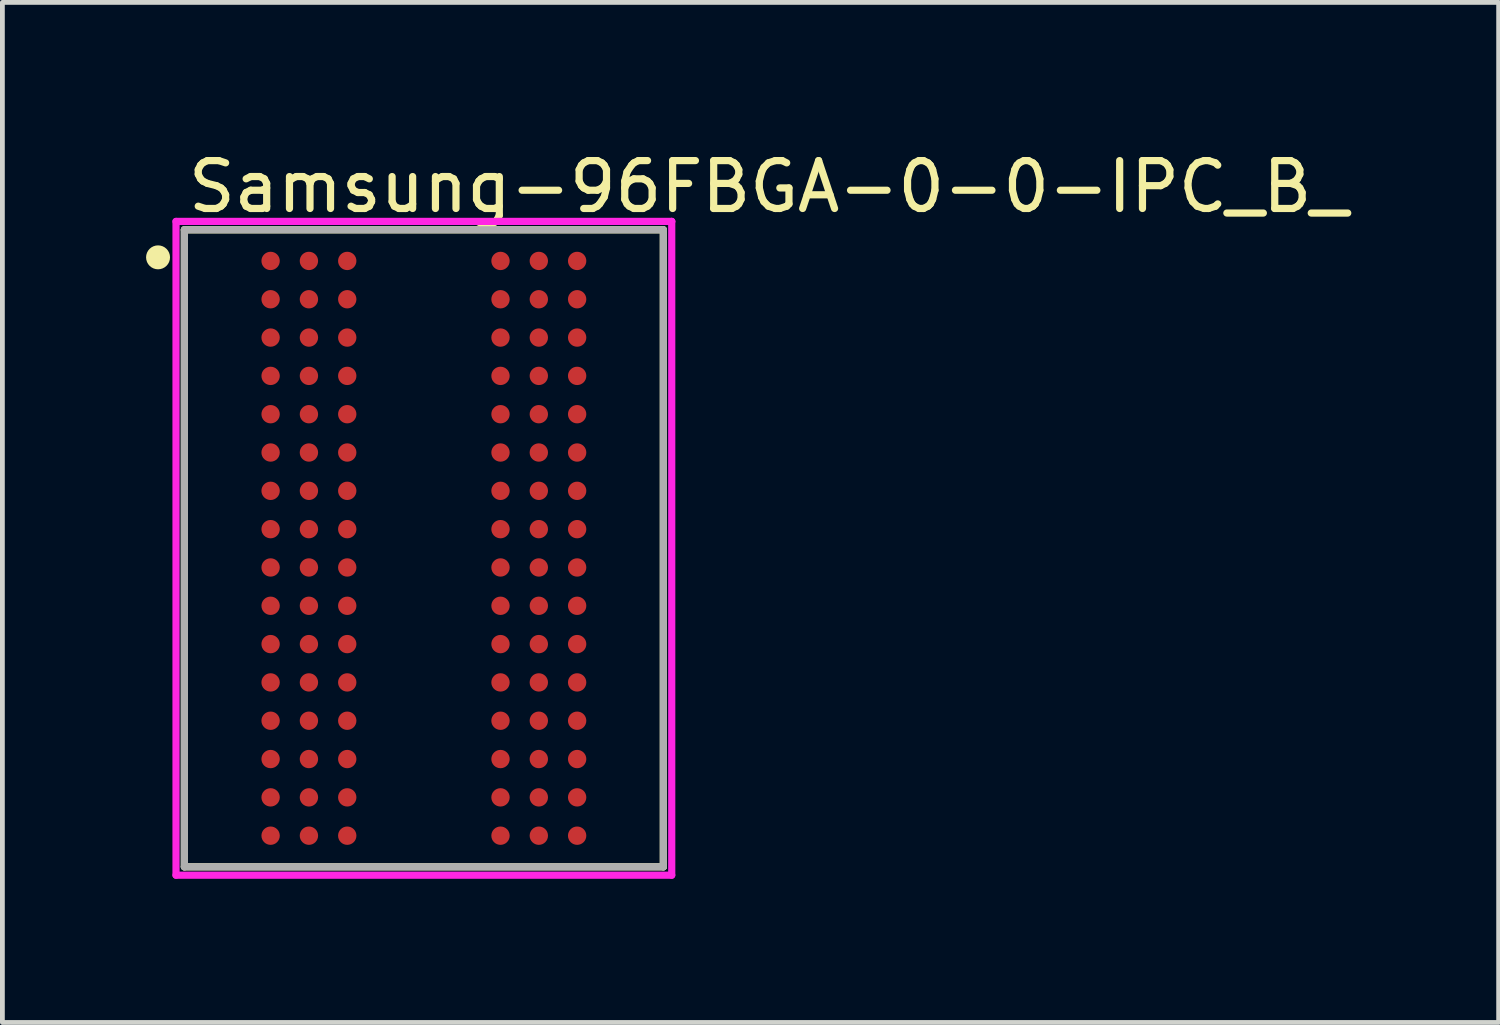
<source format=kicad_pcb>
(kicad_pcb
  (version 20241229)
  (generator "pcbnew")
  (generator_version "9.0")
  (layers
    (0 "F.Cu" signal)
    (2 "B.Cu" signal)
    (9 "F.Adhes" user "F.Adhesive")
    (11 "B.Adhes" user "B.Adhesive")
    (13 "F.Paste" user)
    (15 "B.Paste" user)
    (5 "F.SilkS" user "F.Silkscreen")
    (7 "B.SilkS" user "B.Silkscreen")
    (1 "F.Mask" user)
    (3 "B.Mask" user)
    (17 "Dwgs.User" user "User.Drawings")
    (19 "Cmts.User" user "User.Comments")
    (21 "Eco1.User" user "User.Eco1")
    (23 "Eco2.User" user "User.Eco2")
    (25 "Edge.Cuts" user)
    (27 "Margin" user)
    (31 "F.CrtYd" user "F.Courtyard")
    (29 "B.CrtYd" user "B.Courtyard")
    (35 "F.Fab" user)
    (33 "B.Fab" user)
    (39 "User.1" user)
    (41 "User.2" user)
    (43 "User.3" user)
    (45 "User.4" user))
  (footprint "Samsung-96FBGA-0-0-IPC_B_"
    (layer "F.Cu")
    (at 5.8 8.398)
    (property "Reference" "Samsung-96FBGA-0-0-IPC_B_" (at -5 -7.55 0) (layer "F.SilkS") (effects (font (size 1 1) (thickness 0.15)) (justify left)))
    (attr through_hole)
    (fp_line (start -5 -6.65) (end 5 -6.65) (stroke (width 0.15) (type solid)) (layer "F.SilkS"))
    (fp_line (start -5 6.65) (end -5 -6.65) (stroke (width 0.15) (type solid)) (layer "F.SilkS"))
    (fp_line (start 5 -6.65) (end 5 6.65) (stroke (width 0.15) (type solid)) (layer "F.SilkS"))
    (fp_line (start 5 6.65) (end -5 6.65) (stroke (width 0.15) (type solid)) (layer "F.SilkS"))
    (fp_circle (center -5.55 -6.075) (end -5.425 -6.075) (stroke (width 0.25) (type solid)) (fill no) (layer "F.SilkS"))
    (fp_line (start -5.175 -6.825) (end -5.175 6.825) (stroke (width 0.15) (type solid)) (layer "F.CrtYd"))
    (fp_line (start -5.175 6.825) (end 5.175 6.825) (stroke (width 0.15) (type solid)) (layer "F.CrtYd"))
    (fp_line (start 5.175 -6.825) (end -5.175 -6.825) (stroke (width 0.15) (type solid)) (layer "F.CrtYd"))
    (fp_line (start 5.175 -6.825) (end 5.175 -6.825) (stroke (width 0.15) (type solid)) (layer "F.CrtYd"))
    (fp_line (start 5.175 6.825) (end 5.175 -6.825) (stroke (width 0.15) (type solid)) (layer "F.CrtYd"))
    (fp_line (start -5 -6.65) (end 5 -6.65) (stroke (width 0.15) (type solid)) (layer "F.Fab"))
    (fp_line (start -5 6.65) (end -5 -6.65) (stroke (width 0.15) (type solid)) (layer "F.Fab"))
    (fp_line (start 5 -6.65) (end 5 6.65) (stroke (width 0.15) (type solid)) (layer "F.Fab"))
    (fp_line (start 5 6.65) (end -5 6.65) (stroke (width 0.15) (type solid)) (layer "F.Fab"))
    (pad "A1" smd circle (at -3.2 -6) (size 0.383 0.383) (layers "F.Cu" "F.Mask" "F.Paste"))
    (pad "A2" smd circle (at -2.4 -6) (size 0.383 0.383) (layers "F.Cu" "F.Mask" "F.Paste"))
    (pad "A3" smd circle (at -1.6 -6) (size 0.383 0.383) (layers "F.Cu" "F.Mask" "F.Paste"))
    (pad "A7" smd circle (at 1.6 -6) (size 0.383 0.383) (layers "F.Cu" "F.Mask" "F.Paste"))
    (pad "A8" smd circle (at 2.4 -6) (size 0.383 0.383) (layers "F.Cu" "F.Mask" "F.Paste"))
    (pad "A9" smd circle (at 3.2 -6) (size 0.383 0.383) (layers "F.Cu" "F.Mask" "F.Paste"))
    (pad "B1" smd circle (at -3.2 -5.2) (size 0.383 0.383) (layers "F.Cu" "F.Mask" "F.Paste"))
    (pad "B2" smd circle (at -2.4 -5.2) (size 0.383 0.383) (layers "F.Cu" "F.Mask" "F.Paste"))
    (pad "B3" smd circle (at -1.6 -5.2) (size 0.383 0.383) (layers "F.Cu" "F.Mask" "F.Paste"))
    (pad "B7" smd circle (at 1.6 -5.2) (size 0.383 0.383) (layers "F.Cu" "F.Mask" "F.Paste"))
    (pad "B8" smd circle (at 2.4 -5.2) (size 0.383 0.383) (layers "F.Cu" "F.Mask" "F.Paste"))
    (pad "B9" smd circle (at 3.2 -5.2) (size 0.383 0.383) (layers "F.Cu" "F.Mask" "F.Paste"))
    (pad "C1" smd circle (at -3.2 -4.4) (size 0.383 0.383) (layers "F.Cu" "F.Mask" "F.Paste"))
    (pad "C2" smd circle (at -2.4 -4.4) (size 0.383 0.383) (layers "F.Cu" "F.Mask" "F.Paste"))
    (pad "C3" smd circle (at -1.6 -4.4) (size 0.383 0.383) (layers "F.Cu" "F.Mask" "F.Paste"))
    (pad "C7" smd circle (at 1.6 -4.4) (size 0.383 0.383) (layers "F.Cu" "F.Mask" "F.Paste"))
    (pad "C8" smd circle (at 2.4 -4.4) (size 0.383 0.383) (layers "F.Cu" "F.Mask" "F.Paste"))
    (pad "C9" smd circle (at 3.2 -4.4) (size 0.383 0.383) (layers "F.Cu" "F.Mask" "F.Paste"))
    (pad "D1" smd circle (at -3.2 -3.6) (size 0.383 0.383) (layers "F.Cu" "F.Mask" "F.Paste"))
    (pad "D2" smd circle (at -2.4 -3.6) (size 0.383 0.383) (layers "F.Cu" "F.Mask" "F.Paste"))
    (pad "D3" smd circle (at -1.6 -3.6) (size 0.383 0.383) (layers "F.Cu" "F.Mask" "F.Paste"))
    (pad "D7" smd circle (at 1.6 -3.6) (size 0.383 0.383) (layers "F.Cu" "F.Mask" "F.Paste"))
    (pad "D8" smd circle (at 2.4 -3.6) (size 0.383 0.383) (layers "F.Cu" "F.Mask" "F.Paste"))
    (pad "D9" smd circle (at 3.2 -3.6) (size 0.383 0.383) (layers "F.Cu" "F.Mask" "F.Paste"))
    (pad "E1" smd circle (at -3.2 -2.8) (size 0.383 0.383) (layers "F.Cu" "F.Mask" "F.Paste"))
    (pad "E2" smd circle (at -2.4 -2.8) (size 0.383 0.383) (layers "F.Cu" "F.Mask" "F.Paste"))
    (pad "E3" smd circle (at -1.6 -2.8) (size 0.383 0.383) (layers "F.Cu" "F.Mask" "F.Paste"))
    (pad "E7" smd circle (at 1.6 -2.8) (size 0.383 0.383) (layers "F.Cu" "F.Mask" "F.Paste"))
    (pad "E8" smd circle (at 2.4 -2.8) (size 0.383 0.383) (layers "F.Cu" "F.Mask" "F.Paste"))
    (pad "E9" smd circle (at 3.2 -2.8) (size 0.383 0.383) (layers "F.Cu" "F.Mask" "F.Paste"))
    (pad "F1" smd circle (at -3.2 -2) (size 0.383 0.383) (layers "F.Cu" "F.Mask" "F.Paste"))
    (pad "F2" smd circle (at -2.4 -2) (size 0.383 0.383) (layers "F.Cu" "F.Mask" "F.Paste"))
    (pad "F3" smd circle (at -1.6 -2) (size 0.383 0.383) (layers "F.Cu" "F.Mask" "F.Paste"))
    (pad "F7" smd circle (at 1.6 -2) (size 0.383 0.383) (layers "F.Cu" "F.Mask" "F.Paste"))
    (pad "F8" smd circle (at 2.4 -2) (size 0.383 0.383) (layers "F.Cu" "F.Mask" "F.Paste"))
    (pad "F9" smd circle (at 3.2 -2) (size 0.383 0.383) (layers "F.Cu" "F.Mask" "F.Paste"))
    (pad "G1" smd circle (at -3.2 -1.2) (size 0.383 0.383) (layers "F.Cu" "F.Mask" "F.Paste"))
    (pad "G2" smd circle (at -2.4 -1.2) (size 0.383 0.383) (layers "F.Cu" "F.Mask" "F.Paste"))
    (pad "G3" smd circle (at -1.6 -1.2) (size 0.383 0.383) (layers "F.Cu" "F.Mask" "F.Paste"))
    (pad "G7" smd circle (at 1.6 -1.2) (size 0.383 0.383) (layers "F.Cu" "F.Mask" "F.Paste"))
    (pad "G8" smd circle (at 2.4 -1.2) (size 0.383 0.383) (layers "F.Cu" "F.Mask" "F.Paste"))
    (pad "G9" smd circle (at 3.2 -1.2) (size 0.383 0.383) (layers "F.Cu" "F.Mask" "F.Paste"))
    (pad "H1" smd circle (at -3.2 -0.4) (size 0.383 0.383) (layers "F.Cu" "F.Mask" "F.Paste"))
    (pad "H2" smd circle (at -2.4 -0.4) (size 0.383 0.383) (layers "F.Cu" "F.Mask" "F.Paste"))
    (pad "H3" smd circle (at -1.6 -0.4) (size 0.383 0.383) (layers "F.Cu" "F.Mask" "F.Paste"))
    (pad "H7" smd circle (at 1.6 -0.4) (size 0.383 0.383) (layers "F.Cu" "F.Mask" "F.Paste"))
    (pad "H8" smd circle (at 2.4 -0.4) (size 0.383 0.383) (layers "F.Cu" "F.Mask" "F.Paste"))
    (pad "H9" smd circle (at 3.2 -0.4) (size 0.383 0.383) (layers "F.Cu" "F.Mask" "F.Paste"))
    (pad "J1" smd circle (at -3.2 0.4) (size 0.383 0.383) (layers "F.Cu" "F.Mask" "F.Paste"))
    (pad "J2" smd circle (at -2.4 0.4) (size 0.383 0.383) (layers "F.Cu" "F.Mask" "F.Paste"))
    (pad "J3" smd circle (at -1.6 0.4) (size 0.383 0.383) (layers "F.Cu" "F.Mask" "F.Paste"))
    (pad "J7" smd circle (at 1.6 0.4) (size 0.383 0.383) (layers "F.Cu" "F.Mask" "F.Paste"))
    (pad "J8" smd circle (at 2.4 0.4) (size 0.383 0.383) (layers "F.Cu" "F.Mask" "F.Paste"))
    (pad "J9" smd circle (at 3.2 0.4) (size 0.383 0.383) (layers "F.Cu" "F.Mask" "F.Paste"))
    (pad "K1" smd circle (at -3.2 1.2) (size 0.383 0.383) (layers "F.Cu" "F.Mask" "F.Paste"))
    (pad "K2" smd circle (at -2.4 1.2) (size 0.383 0.383) (layers "F.Cu" "F.Mask" "F.Paste"))
    (pad "K3" smd circle (at -1.6 1.2) (size 0.383 0.383) (layers "F.Cu" "F.Mask" "F.Paste"))
    (pad "K7" smd circle (at 1.6 1.2) (size 0.383 0.383) (layers "F.Cu" "F.Mask" "F.Paste"))
    (pad "K8" smd circle (at 2.4 1.2) (size 0.383 0.383) (layers "F.Cu" "F.Mask" "F.Paste"))
    (pad "K9" smd circle (at 3.2 1.2) (size 0.383 0.383) (layers "F.Cu" "F.Mask" "F.Paste"))
    (pad "L1" smd circle (at -3.2 2) (size 0.383 0.383) (layers "F.Cu" "F.Mask" "F.Paste"))
    (pad "L2" smd circle (at -2.4 2) (size 0.383 0.383) (layers "F.Cu" "F.Mask" "F.Paste"))
    (pad "L3" smd circle (at -1.6 2) (size 0.383 0.383) (layers "F.Cu" "F.Mask" "F.Paste"))
    (pad "L7" smd circle (at 1.6 2) (size 0.383 0.383) (layers "F.Cu" "F.Mask" "F.Paste"))
    (pad "L8" smd circle (at 2.4 2) (size 0.383 0.383) (layers "F.Cu" "F.Mask" "F.Paste"))
    (pad "L9" smd circle (at 3.2 2) (size 0.383 0.383) (layers "F.Cu" "F.Mask" "F.Paste"))
    (pad "M1" smd circle (at -3.2 2.8) (size 0.383 0.383) (layers "F.Cu" "F.Mask" "F.Paste"))
    (pad "M2" smd circle (at -2.4 2.8) (size 0.383 0.383) (layers "F.Cu" "F.Mask" "F.Paste"))
    (pad "M3" smd circle (at -1.6 2.8) (size 0.383 0.383) (layers "F.Cu" "F.Mask" "F.Paste"))
    (pad "M7" smd circle (at 1.6 2.8) (size 0.383 0.383) (layers "F.Cu" "F.Mask" "F.Paste"))
    (pad "M8" smd circle (at 2.4 2.8) (size 0.383 0.383) (layers "F.Cu" "F.Mask" "F.Paste"))
    (pad "M9" smd circle (at 3.2 2.8) (size 0.383 0.383) (layers "F.Cu" "F.Mask" "F.Paste"))
    (pad "N1" smd circle (at -3.2 3.6) (size 0.383 0.383) (layers "F.Cu" "F.Mask" "F.Paste"))
    (pad "N2" smd circle (at -2.4 3.6) (size 0.383 0.383) (layers "F.Cu" "F.Mask" "F.Paste"))
    (pad "N3" smd circle (at -1.6 3.6) (size 0.383 0.383) (layers "F.Cu" "F.Mask" "F.Paste"))
    (pad "N7" smd circle (at 1.6 3.6) (size 0.383 0.383) (layers "F.Cu" "F.Mask" "F.Paste"))
    (pad "N8" smd circle (at 2.4 3.6) (size 0.383 0.383) (layers "F.Cu" "F.Mask" "F.Paste"))
    (pad "N9" smd circle (at 3.2 3.6) (size 0.383 0.383) (layers "F.Cu" "F.Mask" "F.Paste"))
    (pad "P1" smd circle (at -3.2 4.4) (size 0.383 0.383) (layers "F.Cu" "F.Mask" "F.Paste"))
    (pad "P2" smd circle (at -2.4 4.4) (size 0.383 0.383) (layers "F.Cu" "F.Mask" "F.Paste"))
    (pad "P3" smd circle (at -1.6 4.4) (size 0.383 0.383) (layers "F.Cu" "F.Mask" "F.Paste"))
    (pad "P7" smd circle (at 1.6 4.4) (size 0.383 0.383) (layers "F.Cu" "F.Mask" "F.Paste"))
    (pad "P8" smd circle (at 2.4 4.4) (size 0.383 0.383) (layers "F.Cu" "F.Mask" "F.Paste"))
    (pad "P9" smd circle (at 3.2 4.4) (size 0.383 0.383) (layers "F.Cu" "F.Mask" "F.Paste"))
    (pad "R1" smd circle (at -3.2 5.2) (size 0.383 0.383) (layers "F.Cu" "F.Mask" "F.Paste"))
    (pad "R2" smd circle (at -2.4 5.2) (size 0.383 0.383) (layers "F.Cu" "F.Mask" "F.Paste"))
    (pad "R3" smd circle (at -1.6 5.2) (size 0.383 0.383) (layers "F.Cu" "F.Mask" "F.Paste"))
    (pad "R7" smd circle (at 1.6 5.2) (size 0.383 0.383) (layers "F.Cu" "F.Mask" "F.Paste"))
    (pad "R8" smd circle (at 2.4 5.2) (size 0.383 0.383) (layers "F.Cu" "F.Mask" "F.Paste"))
    (pad "R9" smd circle (at 3.2 5.2) (size 0.383 0.383) (layers "F.Cu" "F.Mask" "F.Paste"))
    (pad "T1" smd circle (at -3.2 6) (size 0.383 0.383) (layers "F.Cu" "F.Mask" "F.Paste"))
    (pad "T2" smd circle (at -2.4 6) (size 0.383 0.383) (layers "F.Cu" "F.Mask" "F.Paste"))
    (pad "T3" smd circle (at -1.6 6) (size 0.383 0.383) (layers "F.Cu" "F.Mask" "F.Paste"))
    (pad "T7" smd circle (at 1.6 6) (size 0.383 0.383) (layers "F.Cu" "F.Mask" "F.Paste"))
    (pad "T8" smd circle (at 2.4 6) (size 0.383 0.383) (layers "F.Cu" "F.Mask" "F.Paste"))
    (pad "T9" smd circle (at 3.2 6) (size 0.383 0.383) (layers "F.Cu" "F.Mask" "F.Paste")))
  (gr_rect
    (start -3 -3)
    (end 28.24 18.298)
    (stroke (width 0.1) (type default))
    (fill no)
    (layer "Edge.Cuts")))
</source>
